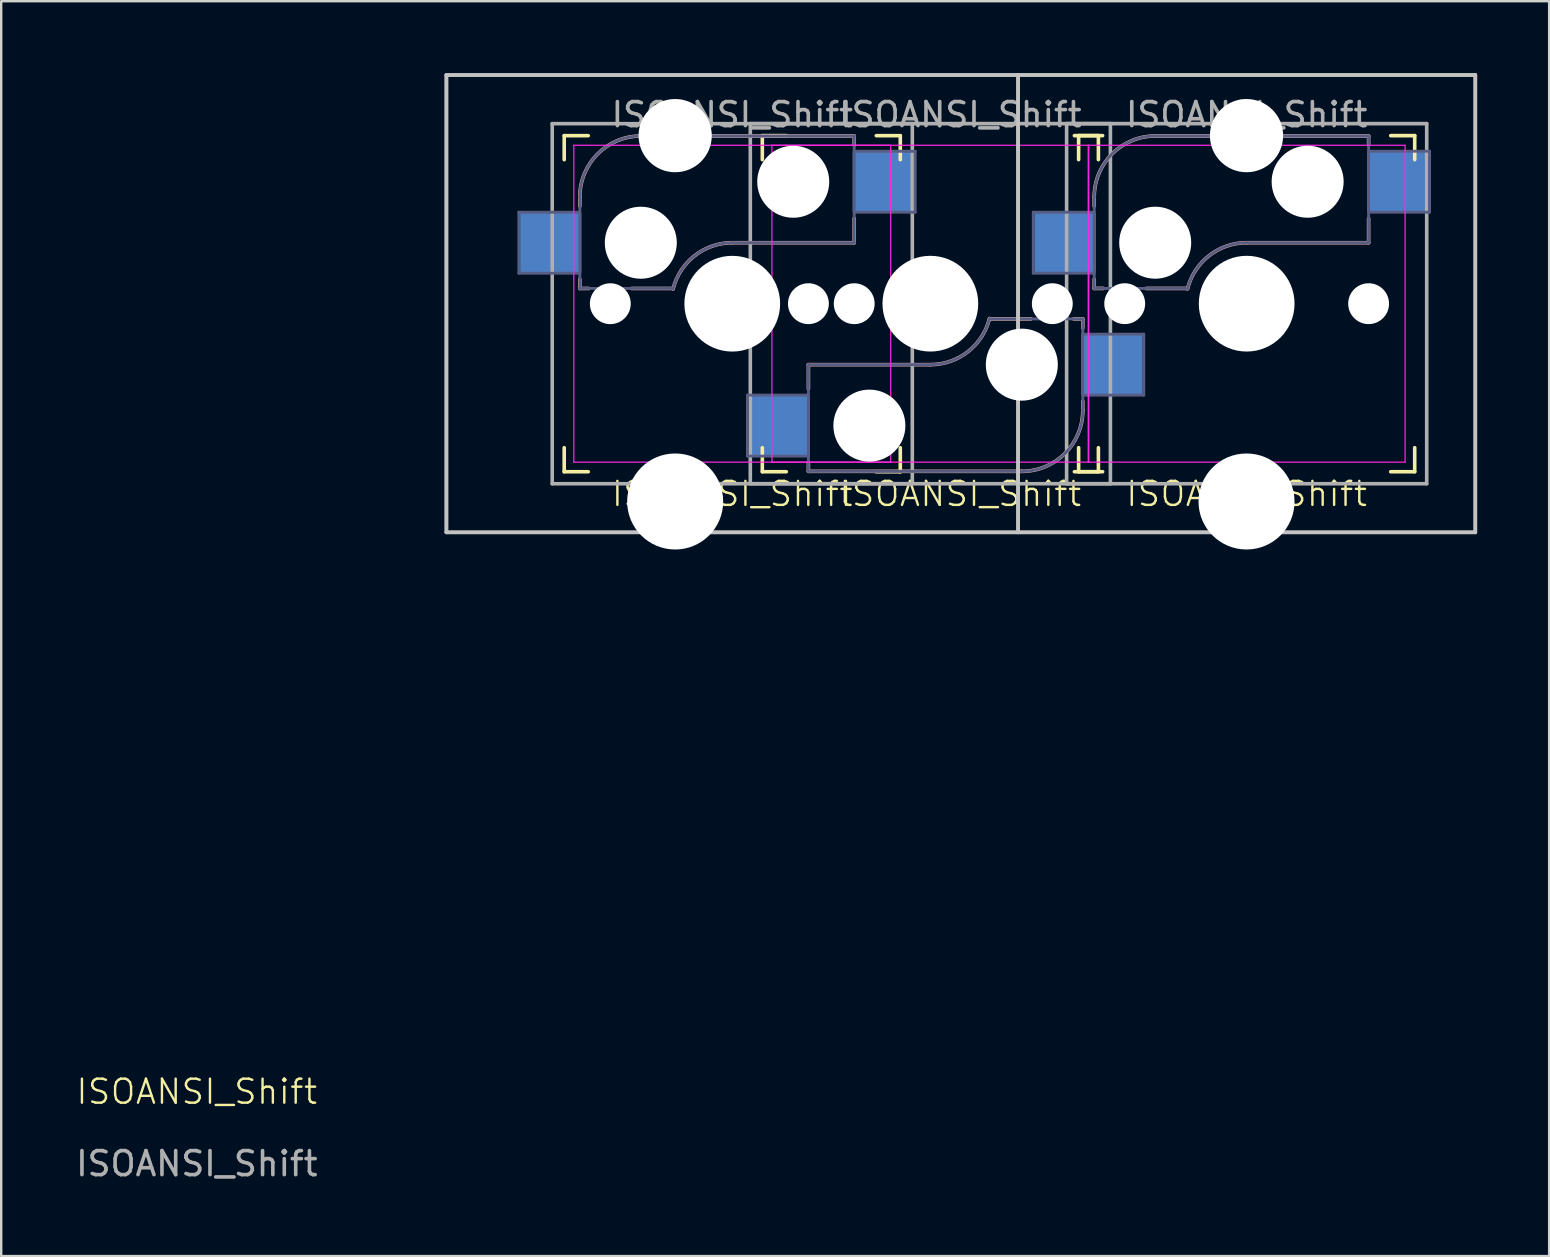
<source format=kicad_pcb>
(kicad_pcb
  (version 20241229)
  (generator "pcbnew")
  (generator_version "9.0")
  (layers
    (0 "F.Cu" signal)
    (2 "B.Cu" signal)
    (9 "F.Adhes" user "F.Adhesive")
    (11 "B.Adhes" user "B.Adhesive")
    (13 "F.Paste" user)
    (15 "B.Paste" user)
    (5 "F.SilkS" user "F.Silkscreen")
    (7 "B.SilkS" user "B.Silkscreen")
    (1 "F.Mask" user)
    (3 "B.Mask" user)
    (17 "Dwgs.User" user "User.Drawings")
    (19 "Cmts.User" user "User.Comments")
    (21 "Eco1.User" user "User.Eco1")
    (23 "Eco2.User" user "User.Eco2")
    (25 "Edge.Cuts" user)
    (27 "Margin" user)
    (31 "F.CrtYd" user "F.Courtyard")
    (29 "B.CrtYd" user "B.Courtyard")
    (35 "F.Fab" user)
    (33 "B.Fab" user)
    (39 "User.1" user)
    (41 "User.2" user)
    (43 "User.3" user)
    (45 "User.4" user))
  (footprint "ISOANSI_Shift"
    (layer "F.Cu")
    (at 36.975 9.6)
    (property "Reference" "ISOANSI_Shift" (at -31.826 32.825 0) (unlocked yes) (layer "F.SilkS") (effects (font (size 1 1) (thickness 0.1))))
    (property "Value" "ISOANSI_Shift" (at -31.826 34.325 0) (unlocked yes) (layer "F.Fab") (hide yes) (effects (font (size 1 1) (thickness 0.15))))
    (attr through_hole)
    (fp_line (start -16.522 -5.999) (end -16.522 -6.999) (stroke (width 0.15) (type solid)) (layer "F.SilkS"))
    (fp_line (start -16.522 7.001) (end -16.522 6.001) (stroke (width 0.15) (type solid)) (layer "F.SilkS"))
    (fp_line (start -16.522 7.001) (end -15.522 7.001) (stroke (width 0.15) (type solid)) (layer "F.SilkS"))
    (fp_line (start -15.522 -6.999) (end -16.522 -6.999) (stroke (width 0.15) (type solid)) (layer "F.SilkS"))
    (fp_line (start -8.27 -6) (end -8.27 -7) (stroke (width 0.15) (type solid)) (layer "F.SilkS"))
    (fp_line (start -8.27 7) (end -8.27 6) (stroke (width 0.15) (type solid)) (layer "F.SilkS"))
    (fp_line (start -8.27 7) (end -7.27 7) (stroke (width 0.15) (type solid)) (layer "F.SilkS"))
    (fp_line (start -7.27 -7) (end -8.27 -7) (stroke (width 0.15) (type solid)) (layer "F.SilkS"))
    (fp_line (start -3.522 7.001) (end -2.522 7.001) (stroke (width 0.15) (type solid)) (layer "F.SilkS"))
    (fp_line (start -2.522 -6.999) (end -3.522 -6.999) (stroke (width 0.15) (type solid)) (layer "F.SilkS"))
    (fp_line (start -2.522 -6.999) (end -2.522 -5.999) (stroke (width 0.15) (type solid)) (layer "F.SilkS"))
    (fp_line (start -2.522 6.001) (end -2.522 7.001) (stroke (width 0.15) (type solid)) (layer "F.SilkS"))
    (fp_line (start 4.73 7) (end 5.73 7) (stroke (width 0.15) (type solid)) (layer "F.SilkS"))
    (fp_line (start 4.906 -6) (end 4.906 -7) (stroke (width 0.15) (type solid)) (layer "F.SilkS"))
    (fp_line (start 4.906 7) (end 4.906 6) (stroke (width 0.15) (type solid)) (layer "F.SilkS"))
    (fp_line (start 4.906 7) (end 5.906 7) (stroke (width 0.15) (type solid)) (layer "F.SilkS"))
    (fp_line (start 5.73 -7) (end 4.73 -7) (stroke (width 0.15) (type solid)) (layer "F.SilkS"))
    (fp_line (start 5.73 -7) (end 5.73 -6) (stroke (width 0.15) (type solid)) (layer "F.SilkS"))
    (fp_line (start 5.73 6) (end 5.73 7) (stroke (width 0.15) (type solid)) (layer "F.SilkS"))
    (fp_line (start 5.906 -7) (end 4.906 -7) (stroke (width 0.15) (type solid)) (layer "F.SilkS"))
    (fp_line (start 17.906 7) (end 18.906 7) (stroke (width 0.15) (type solid)) (layer "F.SilkS"))
    (fp_line (start 18.906 -7) (end 17.906 -7) (stroke (width 0.15) (type solid)) (layer "F.SilkS"))
    (fp_line (start 18.906 -7) (end 18.906 -6) (stroke (width 0.15) (type solid)) (layer "F.SilkS"))
    (fp_line (start 18.906 6) (end 18.906 7) (stroke (width 0.15) (type solid)) (layer "F.SilkS"))
    (fp_line (start -15.872 -4.444) (end -15.872 -4.063) (stroke (width 0.15) (type solid)) (layer "B.SilkS"))
    (fp_line (start -15.872 -1.015) (end -15.872 -0.634) (stroke (width 0.15) (type solid)) (layer "B.SilkS"))
    (fp_line (start -15.491 -0.634) (end -15.872 -0.634) (stroke (width 0.15) (type solid)) (layer "B.SilkS"))
    (fp_line (start -13.332 -6.984) (end -4.442 -6.984) (stroke (width 0.15) (type solid)) (layer "B.SilkS"))
    (fp_line (start -11.986 -0.634) (end -13.713 -0.634) (stroke (width 0.15) (type solid)) (layer "B.SilkS"))
    (fp_line (start -6.35 2.54) (end -1.27 2.54) (stroke (width 0.15) (type solid)) (layer "B.SilkS"))
    (fp_line (start -6.35 3.556) (end -6.35 2.54) (stroke (width 0.15) (type solid)) (layer "B.SilkS"))
    (fp_line (start -6.35 6.985) (end -6.35 6.604) (stroke (width 0.15) (type solid)) (layer "B.SilkS"))
    (fp_line (start -4.442 -6.984) (end -4.442 -6.603) (stroke (width 0.15) (type solid)) (layer "B.SilkS"))
    (fp_line (start -4.442 -3.555) (end -4.442 -2.539) (stroke (width 0.15) (type solid)) (layer "B.SilkS"))
    (fp_line (start -4.442 -2.539) (end -9.522 -2.539) (stroke (width 0.15) (type solid)) (layer "B.SilkS"))
    (fp_line (start 1.194 0.635) (end 2.921 0.635) (stroke (width 0.15) (type solid)) (layer "B.SilkS"))
    (fp_line (start 2.54 6.985) (end -6.35 6.985) (stroke (width 0.15) (type solid)) (layer "B.SilkS"))
    (fp_line (start 4.699 0.635) (end 5.08 0.635) (stroke (width 0.15) (type solid)) (layer "B.SilkS"))
    (fp_line (start 5.08 1.016) (end 5.08 0.635) (stroke (width 0.15) (type solid)) (layer "B.SilkS"))
    (fp_line (start 5.08 4.445) (end 5.08 4.064) (stroke (width 0.15) (type solid)) (layer "B.SilkS"))
    (fp_line (start 5.556 -4.445) (end 5.556 -4.064) (stroke (width 0.15) (type solid)) (layer "B.SilkS"))
    (fp_line (start 5.556 -1.016) (end 5.556 -0.635) (stroke (width 0.15) (type solid)) (layer "B.SilkS"))
    (fp_line (start 5.937 -0.635) (end 5.556 -0.635) (stroke (width 0.15) (type solid)) (layer "B.SilkS"))
    (fp_line (start 8.096 -6.985) (end 16.986 -6.985) (stroke (width 0.15) (type solid)) (layer "B.SilkS"))
    (fp_line (start 9.442 -0.635) (end 7.715 -0.635) (stroke (width 0.15) (type solid)) (layer "B.SilkS"))
    (fp_line (start 16.986 -6.985) (end 16.986 -6.604) (stroke (width 0.15) (type solid)) (layer "B.SilkS"))
    (fp_line (start 16.986 -3.556) (end 16.986 -2.54) (stroke (width 0.15) (type solid)) (layer "B.SilkS"))
    (fp_line (start 16.986 -2.54) (end 11.906 -2.54) (stroke (width 0.15) (type solid)) (layer "B.SilkS"))
    (fp_arc (start -15.87175 -4.444) (mid -15.127801 -6.240051) (end -13.33175 -6.984) (stroke (width 0.15) (type solid)) (layer "B.SilkS"))
    (fp_arc (start -11.985912 -0.61504) (mid -11.084897 -2.001042) (end -9.52175 -2.539) (stroke (width 0.15) (type solid)) (layer "B.SilkS"))
    (fp_arc (start 1.194162 0.61604) (mid 0.293147 2.002042) (end -1.27 2.54) (stroke (width 0.15) (type solid)) (layer "B.SilkS"))
    (fp_arc (start 5.08 4.445) (mid 4.336051 6.241051) (end 2.54 6.985) (stroke (width 0.15) (type solid)) (layer "B.SilkS"))
    (fp_arc (start 5.55625 -4.444999) (mid 6.300199 -6.24105) (end 8.09625 -6.984999) (stroke (width 0.15) (type solid)) (layer "B.SilkS"))
    (fp_arc (start 9.442088 -0.616039) (mid 10.343103 -2.002041) (end 11.90625 -2.539999) (stroke (width 0.15) (type solid)) (layer "B.SilkS"))
    (fp_line (start -21.431 -9.525) (end 21.431 -9.525) (stroke (width 0.15) (type solid)) (layer "Dwgs.User"))
    (fp_line (start -21.431 9.525) (end -21.431 -9.525) (stroke (width 0.15) (type solid)) (layer "Dwgs.User"))
    (fp_line (start -21.428 -9.524) (end 2.385 -9.524) (stroke (width 0.15) (type solid)) (layer "Dwgs.User"))
    (fp_line (start -21.428 9.526) (end -21.428 -9.524) (stroke (width 0.15) (type solid)) (layer "Dwgs.User"))
    (fp_line (start 2.381 -9.525) (end 21.431 -9.525) (stroke (width 0.15) (type solid)) (layer "Dwgs.User"))
    (fp_line (start 2.381 9.525) (end 2.381 -9.525) (stroke (width 0.15) (type solid)) (layer "Dwgs.User"))
    (fp_line (start 2.385 -9.524) (end 2.385 9.526) (stroke (width 0.15) (type solid)) (layer "Dwgs.User"))
    (fp_line (start 2.385 9.526) (end -21.428 9.526) (stroke (width 0.15) (type solid)) (layer "Dwgs.User"))
    (fp_line (start 21.431 -9.525) (end 21.431 9.525) (stroke (width 0.15) (type solid)) (layer "Dwgs.User"))
    (fp_line (start 21.431 -9.525) (end 21.431 9.525) (stroke (width 0.15) (type solid)) (layer "Dwgs.User"))
    (fp_line (start 21.431 9.525) (end -21.431 9.525) (stroke (width 0.15) (type solid)) (layer "Dwgs.User"))
    (fp_line (start 21.431 9.525) (end 2.381 9.525) (stroke (width 0.15) (type solid)) (layer "Dwgs.User"))
    (fp_line (start -16.422 6.901) (end -16.422 -6.899) (stroke (width 0.15) (type solid)) (layer "Eco2.User"))
    (fp_line (start -16.422 6.901) (end -2.622 6.901) (stroke (width 0.15) (type solid)) (layer "Eco2.User"))
    (fp_line (start -8.17 6.9) (end -8.17 -6.9) (stroke (width 0.15) (type solid)) (layer "Eco2.User"))
    (fp_line (start -8.17 6.9) (end 5.63 6.9) (stroke (width 0.15) (type solid)) (layer "Eco2.User"))
    (fp_line (start -2.622 -6.899) (end -16.422 -6.899) (stroke (width 0.15) (type solid)) (layer "Eco2.User"))
    (fp_line (start -2.622 -6.899) (end -2.622 6.901) (stroke (width 0.15) (type solid)) (layer "Eco2.User"))
    (fp_line (start 5.006 6.9) (end 5.006 -6.9) (stroke (width 0.15) (type solid)) (layer "Eco2.User"))
    (fp_line (start 5.006 6.9) (end 18.806 6.9) (stroke (width 0.15) (type solid)) (layer "Eco2.User"))
    (fp_line (start 5.63 -6.9) (end -8.17 -6.9) (stroke (width 0.15) (type solid)) (layer "Eco2.User"))
    (fp_line (start 5.63 -6.9) (end 5.63 6.9) (stroke (width 0.15) (type solid)) (layer "Eco2.User"))
    (fp_line (start 18.806 -6.9) (end 5.006 -6.9) (stroke (width 0.15) (type solid)) (layer "Eco2.User"))
    (fp_line (start 18.806 -6.9) (end 18.806 6.9) (stroke (width 0.15) (type solid)) (layer "Eco2.User"))
    (fp_line (start -16.122 -6.599) (end -2.922 -6.599) (stroke (width 0.05) (type solid)) (layer "F.CrtYd"))
    (fp_line (start -16.122 6.601) (end -16.122 -6.599) (stroke (width 0.05) (type solid)) (layer "F.CrtYd"))
    (fp_line (start -7.87 -6.6) (end 5.33 -6.6) (stroke (width 0.05) (type solid)) (layer "F.CrtYd"))
    (fp_line (start -7.87 6.6) (end -7.87 -6.6) (stroke (width 0.05) (type solid)) (layer "F.CrtYd"))
    (fp_line (start -2.922 -6.599) (end -2.922 6.601) (stroke (width 0.05) (type solid)) (layer "F.CrtYd"))
    (fp_line (start -2.922 6.601) (end -16.122 6.601) (stroke (width 0.05) (type solid)) (layer "F.CrtYd"))
    (fp_line (start 5.306 -6.6) (end 18.506 -6.6) (stroke (width 0.05) (type solid)) (layer "F.CrtYd"))
    (fp_line (start 5.306 6.6) (end 5.306 -6.6) (stroke (width 0.05) (type solid)) (layer "F.CrtYd"))
    (fp_line (start 5.33 -6.6) (end 5.33 6.6) (stroke (width 0.05) (type solid)) (layer "F.CrtYd"))
    (fp_line (start 5.33 6.6) (end -7.87 6.6) (stroke (width 0.05) (type solid)) (layer "F.CrtYd"))
    (fp_line (start 18.506 -6.6) (end 18.506 6.6) (stroke (width 0.05) (type solid)) (layer "F.CrtYd"))
    (fp_line (start 18.506 6.6) (end 5.306 6.6) (stroke (width 0.05) (type solid)) (layer "F.CrtYd"))
    (fp_line (start -18.412 -3.809) (end -15.872 -3.809) (stroke (width 0.12) (type solid)) (layer "B.Fab"))
    (fp_line (start -18.412 -1.269) (end -18.412 -3.809) (stroke (width 0.12) (type solid)) (layer "B.Fab"))
    (fp_line (start -15.872 -1.269) (end -18.412 -1.269) (stroke (width 0.12) (type solid)) (layer "B.Fab"))
    (fp_line (start -15.872 -0.634) (end -15.872 -4.444) (stroke (width 0.12) (type solid)) (layer "B.Fab"))
    (fp_line (start -15.872 -0.634) (end -12.062 -0.634) (stroke (width 0.12) (type solid)) (layer "B.Fab"))
    (fp_line (start -13.332 -6.984) (end -4.442 -6.984) (stroke (width 0.12) (type solid)) (layer "B.Fab"))
    (fp_line (start -8.89 3.81) (end -6.35 3.81) (stroke (width 0.12) (type solid)) (layer "B.Fab"))
    (fp_line (start -8.89 6.35) (end -8.89 3.81) (stroke (width 0.12) (type solid)) (layer "B.Fab"))
    (fp_line (start -6.35 2.54) (end -1.27 2.54) (stroke (width 0.12) (type solid)) (layer "B.Fab"))
    (fp_line (start -6.35 6.35) (end -8.89 6.35) (stroke (width 0.12) (type solid)) (layer "B.Fab"))
    (fp_line (start -6.35 6.985) (end -6.35 2.54) (stroke (width 0.12) (type solid)) (layer "B.Fab"))
    (fp_line (start -4.442 -6.984) (end -4.442 -2.539) (stroke (width 0.12) (type solid)) (layer "B.Fab"))
    (fp_line (start -4.442 -6.349) (end -1.902 -6.349) (stroke (width 0.12) (type solid)) (layer "B.Fab"))
    (fp_line (start -4.442 -2.539) (end -9.522 -2.539) (stroke (width 0.12) (type solid)) (layer "B.Fab"))
    (fp_line (start -1.902 -6.349) (end -1.902 -3.809) (stroke (width 0.12) (type solid)) (layer "B.Fab"))
    (fp_line (start -1.902 -3.809) (end -4.442 -3.809) (stroke (width 0.12) (type solid)) (layer "B.Fab"))
    (fp_line (start 2.54 6.985) (end -6.35 6.985) (stroke (width 0.12) (type solid)) (layer "B.Fab"))
    (fp_line (start 3.016 -3.81) (end 5.556 -3.81) (stroke (width 0.12) (type solid)) (layer "B.Fab"))
    (fp_line (start 3.016 -1.27) (end 3.016 -3.81) (stroke (width 0.12) (type solid)) (layer "B.Fab"))
    (fp_line (start 5.08 0.635) (end 1.27 0.635) (stroke (width 0.12) (type solid)) (layer "B.Fab"))
    (fp_line (start 5.08 0.635) (end 5.08 4.445) (stroke (width 0.12) (type solid)) (layer "B.Fab"))
    (fp_line (start 5.08 1.27) (end 7.62 1.27) (stroke (width 0.12) (type solid)) (layer "B.Fab"))
    (fp_line (start 5.556 -1.27) (end 3.016 -1.27) (stroke (width 0.12) (type solid)) (layer "B.Fab"))
    (fp_line (start 5.556 -0.635) (end 5.556 -4.445) (stroke (width 0.12) (type solid)) (layer "B.Fab"))
    (fp_line (start 5.556 -0.635) (end 9.366 -0.635) (stroke (width 0.12) (type solid)) (layer "B.Fab"))
    (fp_line (start 7.62 1.27) (end 7.62 3.81) (stroke (width 0.12) (type solid)) (layer "B.Fab"))
    (fp_line (start 7.62 3.81) (end 5.08 3.81) (stroke (width 0.12) (type solid)) (layer "B.Fab"))
    (fp_line (start 8.096 -6.985) (end 16.986 -6.985) (stroke (width 0.12) (type solid)) (layer "B.Fab"))
    (fp_line (start 16.986 -6.985) (end 16.986 -2.54) (stroke (width 0.12) (type solid)) (layer "B.Fab"))
    (fp_line (start 16.986 -6.35) (end 19.526 -6.35) (stroke (width 0.12) (type solid)) (layer "B.Fab"))
    (fp_line (start 16.986 -2.54) (end 11.906 -2.54) (stroke (width 0.12) (type solid)) (layer "B.Fab"))
    (fp_line (start 19.526 -6.35) (end 19.526 -3.81) (stroke (width 0.12) (type solid)) (layer "B.Fab"))
    (fp_line (start 19.526 -3.81) (end 16.986 -3.81) (stroke (width 0.12) (type solid)) (layer "B.Fab"))
    (fp_arc (start -15.87175 -4.444) (mid -15.127801 -6.240051) (end -13.33175 -6.984) (stroke (width 0.12) (type solid)) (layer "B.Fab"))
    (fp_arc (start -11.985912 -0.61504) (mid -11.084897 -2.001042) (end -9.52175 -2.539) (stroke (width 0.12) (type solid)) (layer "B.Fab"))
    (fp_arc (start 1.194162 0.61604) (mid 0.293147 2.002042) (end -1.27 2.54) (stroke (width 0.12) (type solid)) (layer "B.Fab"))
    (fp_arc (start 5.08 4.445) (mid 4.336051 6.241051) (end 2.54 6.985) (stroke (width 0.12) (type solid)) (layer "B.Fab"))
    (fp_arc (start 5.55625 -4.444999) (mid 6.300199 -6.24105) (end 8.09625 -6.984999) (stroke (width 0.12) (type solid)) (layer "B.Fab"))
    (fp_arc (start 9.442088 -0.616039) (mid 10.343103 -2.002041) (end 11.90625 -2.539999) (stroke (width 0.12) (type solid)) (layer "B.Fab"))
    (fp_line (start -17.022 -7.499) (end -2.022 -7.499) (stroke (width 0.15) (type solid)) (layer "F.Fab"))
    (fp_line (start -17.022 7.501) (end -17.022 -7.499) (stroke (width 0.15) (type solid)) (layer "F.Fab"))
    (fp_line (start -8.77 -7.5) (end 6.23 -7.5) (stroke (width 0.15) (type solid)) (layer "F.Fab"))
    (fp_line (start -8.77 7.5) (end -8.77 -7.5) (stroke (width 0.15) (type solid)) (layer "F.Fab"))
    (fp_line (start -2.022 -7.499) (end -2.022 7.501) (stroke (width 0.15) (type solid)) (layer "F.Fab"))
    (fp_line (start -2.022 7.501) (end -17.022 7.501) (stroke (width 0.15) (type solid)) (layer "F.Fab"))
    (fp_line (start 4.406 -7.5) (end 19.406 -7.5) (stroke (width 0.15) (type solid)) (layer "F.Fab"))
    (fp_line (start 4.406 7.5) (end 4.406 -7.5) (stroke (width 0.15) (type solid)) (layer "F.Fab"))
    (fp_line (start 6.23 -7.5) (end 6.23 7.5) (stroke (width 0.15) (type solid)) (layer "F.Fab"))
    (fp_line (start 6.23 7.5) (end -8.77 7.5) (stroke (width 0.15) (type solid)) (layer "F.Fab"))
    (fp_line (start 19.406 -7.5) (end 19.406 7.5) (stroke (width 0.15) (type solid)) (layer "F.Fab"))
    (fp_line (start 19.406 7.5) (end 4.406 7.5) (stroke (width 0.15) (type solid)) (layer "F.Fab"))
    (fp_text user "${VALUE}" (at 11.906 8.508 0) (unlocked yes) (layer "F.SilkS") (effects (font (size 1 1) (thickness 0.1)) (justify bottom)))
    (fp_text user "${VALUE}" (at 0 8.508 0) (unlocked yes) (layer "F.SilkS") (effects (font (size 1 1) (thickness 0.1)) (justify bottom)))
    (fp_text user "${VALUE}" (at -9.522 8.509 0) (unlocked yes) (layer "F.SilkS") (effects (font (size 1 1) (thickness 0.1)) (justify bottom)))
    (fp_text user "${REFERENCE}" (at -9.522 -7.873 0) (layer "F.Fab") (effects (font (size 1 1) (thickness 0.15))))
    (fp_text user "${REFERENCE}" (at 0 -7.874 0) (layer "F.Fab") (effects (font (size 1 1) (thickness 0.15))))
    (fp_text user "${REFERENCE}" (at -31.826 35.825 0) (unlocked yes) (layer "F.Fab") (effects (font (size 1 1) (thickness 0.15))))
    (fp_text user "${REFERENCE}" (at 11.906 -7.874 0) (layer "F.Fab") (effects (font (size 1 1) (thickness 0.15))))
    (pad "" np_thru_hole circle (at -14.602 0.001) (size 1.702 1.702) (drill 1.702) (layers "*.Cu" "*.Mask"))
    (pad "" np_thru_hole circle (at -13.332 -2.539) (size 3 3) (drill 3) (layers "*.Cu" "*.Mask"))
    (pad "" np_thru_hole circle (at -11.9 -7) (size 3.05 3.05) (drill 3.05) (layers "*.Cu" "*.Mask"))
    (pad "" np_thru_hole circle (at -11.9 8.24) (size 4 4) (drill 4) (layers "*.Cu" "*.Mask"))
    (pad "" np_thru_hole circle (at -9.522 0.001) (size 3.988 3.988) (drill 3.988) (layers "*.Cu" "*.Mask"))
    (pad "" np_thru_hole circle (at -6.982 -5.079) (size 3 3) (drill 3) (layers "*.Cu" "*.Mask"))
    (pad "" np_thru_hole circle (at -6.35 0 180) (size 1.702 1.702) (drill 1.702) (layers "*.Cu" "*.Mask"))
    (pad "" np_thru_hole circle (at -4.442 0.001) (size 1.702 1.702) (drill 1.702) (layers "*.Cu" "*.Mask"))
    (pad "" np_thru_hole circle (at -3.81 5.08 180) (size 3 3) (drill 3) (layers "*.Cu" "*.Mask"))
    (pad "" np_thru_hole circle (at -1.27 0 180) (size 3.988 3.988) (drill 3.988) (layers "*.Cu" "*.Mask"))
    (pad "" np_thru_hole circle (at 2.54 2.54 180) (size 3 3) (drill 3) (layers "*.Cu" "*.Mask"))
    (pad "" np_thru_hole circle (at 3.81 0 180) (size 1.702 1.702) (drill 1.702) (layers "*.Cu" "*.Mask"))
    (pad "" np_thru_hole circle (at 6.826 0.000001) (size 1.702 1.702) (drill 1.702) (layers "*.Cu" "*.Mask"))
    (pad "" np_thru_hole circle (at 8.096 -2.54) (size 3 3) (drill 3) (layers "*.Cu" "*.Mask"))
    (pad "" np_thru_hole circle (at 11.9 -7) (size 3.05 3.05) (drill 3.05) (layers "*.Cu" "*.Mask"))
    (pad "" np_thru_hole circle (at 11.9 8.24) (size 4 4) (drill 4) (layers "*.Cu" "*.Mask"))
    (pad "" np_thru_hole circle (at 11.906 0.000001) (size 3.988 3.988) (drill 3.988) (layers "*.Cu" "*.Mask"))
    (pad "" np_thru_hole circle (at 14.446 -5.08) (size 3 3) (drill 3) (layers "*.Cu" "*.Mask"))
    (pad "" np_thru_hole circle (at 16.986 0.000001) (size 1.702 1.702) (drill 1.702) (layers "*.Cu" "*.Mask"))
    (pad "1" smd rect (at -3.232 -5.079) (size 2.55 2.5) (layers "B.Cu" "B.Mask" "B.Paste"))
    (pad "1" smd rect (at 4.346 -2.54) (size 2.55 2.5) (layers "B.Cu" "B.Mask" "B.Paste"))
    (pad "2" smd rect (at -17.082 -2.539) (size 2.55 2.5) (layers "B.Cu" "B.Mask" "B.Paste"))
    (pad "2" smd rect (at -7.56 5.08 180) (size 2.55 2.5) (layers "B.Cu" "B.Mask" "B.Paste"))
    (pad "3" smd rect (at 18.196 -5.08) (size 2.55 2.5) (layers "B.Cu" "B.Mask" "B.Paste"))
    (pad "4" smd rect (at 6.29 2.54 180) (size 2.55 2.5) (layers "B.Cu" "B.Mask" "B.Paste")))
  (gr_rect
    (start -3 -3)
    (end 61.481 49.273)
    (stroke (width 0.1) (type default))
    (fill no)
    (layer "Edge.Cuts")))
</source>
